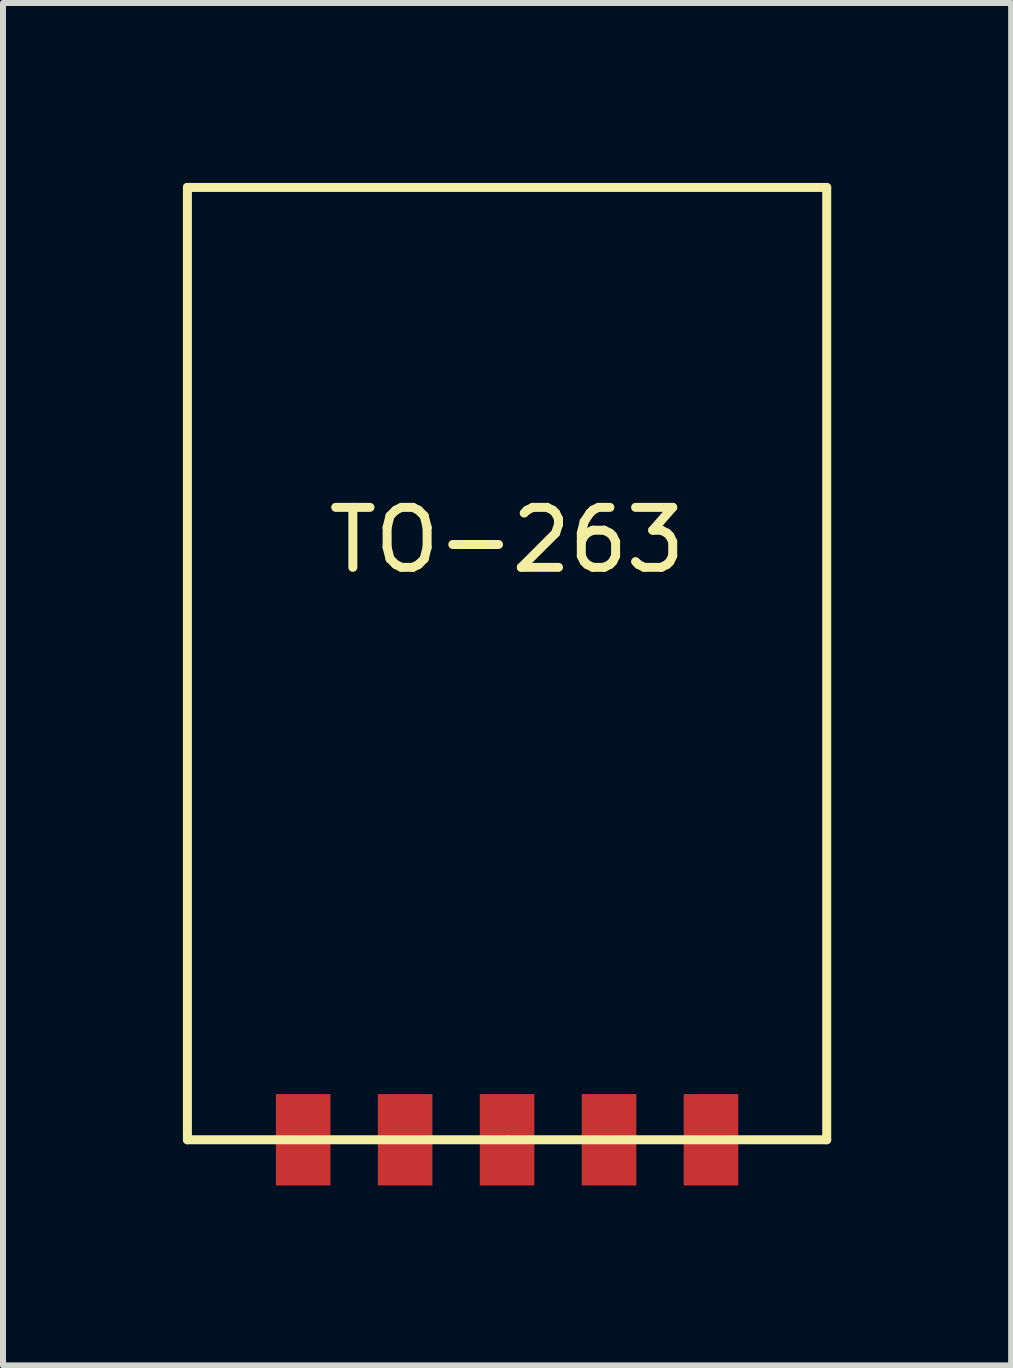
<source format=kicad_pcb>
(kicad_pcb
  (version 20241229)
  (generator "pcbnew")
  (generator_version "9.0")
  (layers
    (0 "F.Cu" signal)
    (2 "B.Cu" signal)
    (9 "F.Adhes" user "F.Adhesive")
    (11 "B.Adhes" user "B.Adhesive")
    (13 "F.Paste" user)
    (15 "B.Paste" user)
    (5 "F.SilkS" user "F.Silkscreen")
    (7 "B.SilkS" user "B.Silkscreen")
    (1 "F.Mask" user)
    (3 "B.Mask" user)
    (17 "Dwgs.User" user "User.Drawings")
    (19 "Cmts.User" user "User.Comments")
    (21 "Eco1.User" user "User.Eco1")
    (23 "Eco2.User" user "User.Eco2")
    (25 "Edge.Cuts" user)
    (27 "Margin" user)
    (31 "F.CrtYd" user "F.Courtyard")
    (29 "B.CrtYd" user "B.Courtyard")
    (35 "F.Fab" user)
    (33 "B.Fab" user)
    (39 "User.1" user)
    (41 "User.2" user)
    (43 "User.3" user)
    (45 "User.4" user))
  (footprint "TO-263"
    (layer "F.Cu")
    (at 5.405 15.955)
    (property "Reference" "TO-263" (at 0 -10 0) (layer "F.SilkS") (effects (font (size 1 1) (thickness 0.15))))
    (attr through_hole)
    (fp_line (start -5.33 -15.88) (end 5.33 -15.88) (stroke (width 0.15) (type solid)) (layer "F.SilkS"))
    (fp_line (start -5.33 0) (end -5.33 -15.88) (stroke (width 0.15) (type solid)) (layer "F.SilkS"))
    (fp_line (start 0 0) (end -5.33 0) (stroke (width 0.15) (type solid)) (layer "F.SilkS"))
    (fp_line (start 5.33 -15.88) (end 5.33 0) (stroke (width 0.15) (type solid)) (layer "F.SilkS"))
    (fp_line (start 5.33 0) (end 0.03 0) (stroke (width 0.15) (type solid)) (layer "F.SilkS"))
    (pad "19" smd rect (at 0 0) (size 0.91 1.524) (layers "F.Cu" "F.Mask" "F.Paste"))
    (pad "20" smd rect (at 1.7 0) (size 0.91 1.524) (layers "F.Cu" "F.Mask" "F.Paste"))
    (pad "21" smd rect (at -1.7 0) (size 0.91 1.524) (layers "F.Cu" "F.Mask" "F.Paste"))
    (pad "22" smd rect (at 3.4 0) (size 0.91 1.524) (layers "F.Cu" "F.Mask" "F.Paste"))
    (pad "23" smd rect (at -3.4 0) (size 0.91 1.524) (layers "F.Cu" "F.Mask" "F.Paste")))
  (gr_rect
    (start -3 -3)
    (end 13.81 19.717)
    (stroke (width 0.1) (type default))
    (fill no)
    (layer "Edge.Cuts")))
</source>
